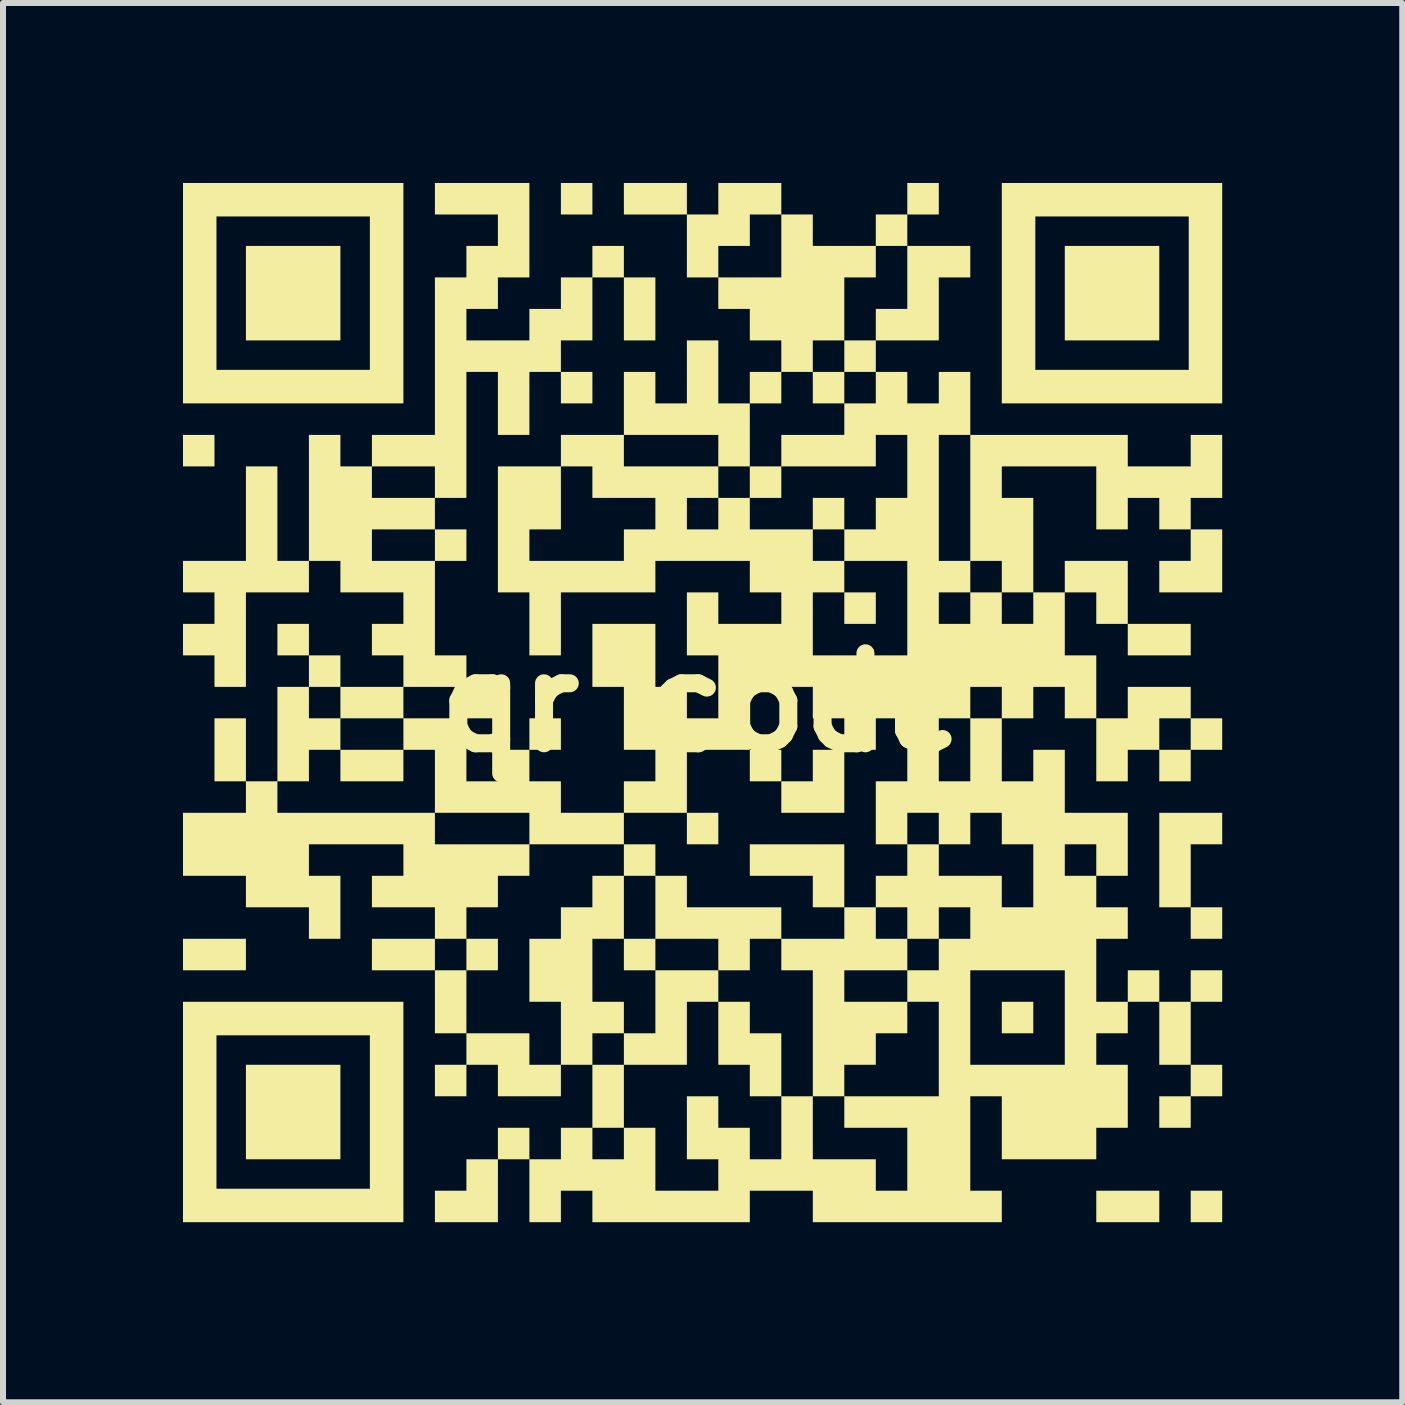
<source format=kicad_pcb>
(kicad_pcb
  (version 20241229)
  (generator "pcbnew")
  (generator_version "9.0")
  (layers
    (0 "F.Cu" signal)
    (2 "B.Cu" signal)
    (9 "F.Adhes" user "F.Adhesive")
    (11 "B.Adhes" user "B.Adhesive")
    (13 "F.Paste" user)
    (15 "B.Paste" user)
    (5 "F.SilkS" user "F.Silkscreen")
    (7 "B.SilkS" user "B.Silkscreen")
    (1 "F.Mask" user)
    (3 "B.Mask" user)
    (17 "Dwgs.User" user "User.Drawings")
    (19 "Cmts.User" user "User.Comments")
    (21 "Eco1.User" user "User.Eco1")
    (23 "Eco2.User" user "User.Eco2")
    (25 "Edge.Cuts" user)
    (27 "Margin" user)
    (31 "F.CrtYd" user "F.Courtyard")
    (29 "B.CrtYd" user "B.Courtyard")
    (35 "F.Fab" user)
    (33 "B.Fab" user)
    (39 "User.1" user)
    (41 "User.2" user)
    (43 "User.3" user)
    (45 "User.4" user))
  (footprint "qr code"
    (layer "F.Cu")
    (at 8.661 8.661)
    (property "Reference" "qr code" (at 0 0 0) (layer "F.SilkS") (effects (font (size 1.5 1.5) (thickness 0.3))))
    (attr board_only exclude_from_pos_files exclude_from_bom)
    (fp_poly (pts (xy -8.136 -4.199) (xy -8.136 -3.937) (xy -8.399 -3.937) (xy -8.661 -3.937) (xy -8.661 -4.199) (xy -8.661 -4.462) (xy -8.399 -4.462) (xy -8.136 -4.462)) (stroke (width 0) (type solid)) (fill yes) (layer "F.SilkS"))
    (fp_poly (pts (xy -7.612 4.199) (xy -7.612 4.462) (xy -8.136 4.462) (xy -8.661 4.462) (xy -8.661 4.199) (xy -8.661 3.937) (xy -8.136 3.937) (xy -7.612 3.937)) (stroke (width 0) (type solid)) (fill yes) (layer "F.SilkS"))
    (fp_poly (pts (xy -6.562 -1.05) (xy -6.562 -0.787) (xy -6.824 -0.787) (xy -7.087 -0.787) (xy -7.087 -1.05) (xy -7.087 -1.312) (xy -6.824 -1.312) (xy -6.562 -1.312)) (stroke (width 0) (type solid)) (fill yes) (layer "F.SilkS"))
    (fp_poly (pts (xy -6.037 -6.824) (xy -6.037 -6.037) (xy -6.824 -6.037) (xy -7.612 -6.037) (xy -7.612 -6.824) (xy -7.612 -7.612) (xy -6.824 -7.612) (xy -6.037 -7.612)) (stroke (width 0) (type solid)) (fill yes) (layer "F.SilkS"))
    (fp_poly (pts (xy -6.037 6.824) (xy -6.037 7.612) (xy -6.824 7.612) (xy -7.612 7.612) (xy -7.612 6.824) (xy -7.612 6.037) (xy -6.824 6.037) (xy -6.037 6.037)) (stroke (width 0) (type solid)) (fill yes) (layer "F.SilkS"))
    (fp_poly (pts (xy -4.987 1.05) (xy -4.987 1.312) (xy -5.512 1.312) (xy -6.037 1.312) (xy -6.037 1.05) (xy -6.037 0.787) (xy -5.512 0.787) (xy -4.987 0.787)) (stroke (width 0) (type solid)) (fill yes) (layer "F.SilkS"))
    (fp_poly (pts (xy -3.937 4.987) (xy -3.937 5.512) (xy -4.199 5.512) (xy -4.462 5.512) (xy -4.462 4.987) (xy -4.462 4.462) (xy -4.199 4.462) (xy -3.937 4.462)) (stroke (width 0) (type solid)) (fill yes) (layer "F.SilkS"))
    (fp_poly (pts (xy -3.412 4.199) (xy -3.412 4.462) (xy -3.675 4.462) (xy -3.937 4.462) (xy -3.937 4.199) (xy -3.937 3.937) (xy -3.675 3.937) (xy -3.412 3.937)) (stroke (width 0) (type solid)) (fill yes) (layer "F.SilkS"))
    (fp_poly (pts (xy -1.837 -8.399) (xy -1.837 -8.136) (xy -2.1 -8.136) (xy -2.362 -8.136) (xy -2.362 -8.399) (xy -2.362 -8.661) (xy -2.1 -8.661) (xy -1.837 -8.661)) (stroke (width 0) (type solid)) (fill yes) (layer "F.SilkS"))
    (fp_poly (pts (xy -1.837 -5.249) (xy -1.837 -4.987) (xy -2.1 -4.987) (xy -2.362 -4.987) (xy -2.362 -5.249) (xy -2.362 -5.512) (xy -2.1 -5.512) (xy -1.837 -5.512)) (stroke (width 0) (type solid)) (fill yes) (layer "F.SilkS"))
    (fp_poly (pts (xy -0.787 -6.562) (xy -0.787 -6.037) (xy -1.05 -6.037) (xy -1.312 -6.037) (xy -1.312 -6.562) (xy -1.312 -7.087) (xy -1.05 -7.087) (xy -0.787 -7.087)) (stroke (width 0) (type solid)) (fill yes) (layer "F.SilkS"))
    (fp_poly (pts (xy -0.787 2.625) (xy -0.787 2.887) (xy -1.05 2.887) (xy -1.312 2.887) (xy -1.312 2.625) (xy -1.312 2.362) (xy -1.05 2.362) (xy -0.787 2.362)) (stroke (width 0) (type solid)) (fill yes) (layer "F.SilkS"))
    (fp_poly (pts (xy 0.262 2.1) (xy 0.262 2.362) (xy -0.000001 2.362) (xy -0.262 2.362) (xy -0.262 2.1) (xy -0.262 1.837) (xy -0.000001 1.837) (xy 0.262 1.837)) (stroke (width 0) (type solid)) (fill yes) (layer "F.SilkS"))
    (fp_poly (pts (xy 1.312 -3.675) (xy 1.312 -3.412) (xy 1.05 -3.412) (xy 0.787 -3.412) (xy 0.787 -3.675) (xy 0.787 -3.937) (xy 1.05 -3.937) (xy 1.312 -3.937)) (stroke (width 0) (type solid)) (fill yes) (layer "F.SilkS"))
    (fp_poly (pts (xy 2.362 -5.249) (xy 2.362 -4.987) (xy 2.1 -4.987) (xy 1.837 -4.987) (xy 1.837 -5.249) (xy 1.837 -5.512) (xy 2.1 -5.512) (xy 2.362 -5.512)) (stroke (width 0) (type solid)) (fill yes) (layer "F.SilkS"))
    (fp_poly (pts (xy 2.362 -3.15) (xy 2.362 -2.887) (xy 2.1 -2.887) (xy 1.837 -2.887) (xy 1.837 -3.15) (xy 1.837 -3.412) (xy 2.1 -3.412) (xy 2.362 -3.412)) (stroke (width 0) (type solid)) (fill yes) (layer "F.SilkS"))
    (fp_poly (pts (xy 2.887 -1.575) (xy 2.887 -1.312) (xy 2.625 -1.312) (xy 2.362 -1.312) (xy 2.362 -1.575) (xy 2.362 -1.837) (xy 2.625 -1.837) (xy 2.887 -1.837)) (stroke (width 0) (type solid)) (fill yes) (layer "F.SilkS"))
    (fp_poly (pts (xy 5.512 5.249) (xy 5.512 5.512) (xy 5.249 5.512) (xy 4.987 5.512) (xy 4.987 5.249) (xy 4.987 4.987) (xy 5.249 4.987) (xy 5.512 4.987)) (stroke (width 0) (type solid)) (fill yes) (layer "F.SilkS"))
    (fp_poly (pts (xy 7.612 -6.824) (xy 7.612 -6.037) (xy 6.824 -6.037) (xy 6.037 -6.037) (xy 6.037 -6.824) (xy 6.037 -7.612) (xy 6.824 -7.612) (xy 7.612 -7.612)) (stroke (width 0) (type solid)) (fill yes) (layer "F.SilkS"))
    (fp_poly (pts (xy 7.612 8.399) (xy 7.612 8.661) (xy 7.087 8.661) (xy 6.562 8.661) (xy 6.562 8.399) (xy 6.562 8.136) (xy 7.087 8.136) (xy 7.612 8.136)) (stroke (width 0) (type solid)) (fill yes) (layer "F.SilkS"))
    (fp_poly (pts (xy 8.136 -1.05) (xy 8.136 -0.787) (xy 7.612 -0.787) (xy 7.087 -0.787) (xy 7.087 -1.05) (xy 7.087 -1.312) (xy 7.612 -1.312) (xy 8.136 -1.312)) (stroke (width 0) (type solid)) (fill yes) (layer "F.SilkS"))
    (fp_poly (pts (xy 8.661 3.675) (xy 8.661 3.937) (xy 8.399 3.937) (xy 8.136 3.937) (xy 8.136 3.675) (xy 8.136 3.412) (xy 8.399 3.412) (xy 8.661 3.412)) (stroke (width 0) (type solid)) (fill yes) (layer "F.SilkS"))
    (fp_poly (pts (xy 8.661 8.399) (xy 8.661 8.661) (xy 8.399 8.661) (xy 8.136 8.661) (xy 8.136 8.399) (xy 8.136 8.136) (xy 8.399 8.136) (xy 8.661 8.136)) (stroke (width 0) (type solid)) (fill yes) (layer "F.SilkS"))
    (fp_poly (pts (xy 2.362 2.887) (xy 2.362 3.412) (xy 2.1 3.412) (xy 1.837 3.412) (xy 1.837 3.15) (xy 1.837 2.887) (xy 1.312 2.887) (xy 0.787 2.887) (xy 0.787 2.625) (xy 0.787 2.362) (xy 1.575 2.362) (xy 2.362 2.362)) (stroke (width 0) (type solid)) (fill yes) (layer "F.SilkS"))
    (fp_poly (pts (xy 8.661 -2.362) (xy 8.661 -1.837) (xy 8.136 -1.837) (xy 7.612 -1.837) (xy 7.612 -2.1) (xy 7.612 -2.362) (xy 7.874 -2.362) (xy 8.136 -2.362) (xy 8.136 -2.625) (xy 8.136 -2.887) (xy 8.399 -2.887) (xy 8.661 -2.887)) (stroke (width 0) (type solid)) (fill yes) (layer "F.SilkS"))
    (fp_poly (pts (xy 8.661 2.1) (xy 8.661 2.362) (xy 8.399 2.362) (xy 8.136 2.362) (xy 8.136 2.887) (xy 8.136 3.412) (xy 7.874 3.412) (xy 7.612 3.412) (xy 7.612 2.625) (xy 7.612 1.837) (xy 8.136 1.837) (xy 8.661 1.837)) (stroke (width 0) (type solid)) (fill yes) (layer "F.SilkS"))
    (fp_poly (pts (xy 0.787 5.249) (xy 0.787 5.512) (xy 1.05 5.512) (xy 1.312 5.512) (xy 1.312 6.037) (xy 1.312 6.562) (xy 1.05 6.562) (xy 0.787 6.562) (xy 0.787 6.299) (xy 0.787 6.037) (xy 0.525 6.037) (xy 0.262 6.037) (xy 0.262 5.512) (xy 0.262 4.987) (xy 0.525 4.987) (xy 0.787 4.987)) (stroke (width 0) (type solid)) (fill yes) (layer "F.SilkS"))
    (fp_poly (pts (xy 8.661 6.299) (xy 8.661 6.562) (xy 8.399 6.562) (xy 8.136 6.562) (xy 8.136 6.824) (xy 8.136 7.087) (xy 7.874 7.087) (xy 7.612 7.087) (xy 7.612 6.824) (xy 7.612 6.562) (xy 7.874 6.562) (xy 8.136 6.562) (xy 8.136 6.299) (xy 8.136 6.037) (xy 8.399 6.037) (xy 8.661 6.037)) (stroke (width 0) (type solid)) (fill yes) (layer "F.SilkS"))
    (fp_poly (pts (xy -4.987 -6.824) (xy -4.987 -4.987) (xy -6.824 -4.987) (xy -8.661 -4.987) (xy -8.661 -6.824) (xy -8.103 -6.824) (xy -8.103 -5.546) (xy -6.824 -5.546) (xy -5.546 -5.546) (xy -5.546 -6.824) (xy -5.546 -8.103) (xy -6.824 -8.103) (xy -8.103 -8.103) (xy -8.103 -6.824) (xy -8.661 -6.824) (xy -8.661 -8.661) (xy -6.824 -8.661) (xy -4.987 -8.661)) (stroke (width 0) (type solid)) (fill yes) (layer "F.SilkS"))
    (fp_poly (pts (xy -4.987 6.824) (xy -4.987 8.661) (xy -6.824 8.661) (xy -8.661 8.661) (xy -8.661 6.824) (xy -8.103 6.824) (xy -8.103 8.103) (xy -6.824 8.103) (xy -5.546 8.103) (xy -5.546 6.824) (xy -5.546 5.546) (xy -6.824 5.546) (xy -8.103 5.546) (xy -8.103 6.824) (xy -8.661 6.824) (xy -8.661 4.987) (xy -6.824 4.987) (xy -4.987 4.987)) (stroke (width 0) (type solid)) (fill yes) (layer "F.SilkS"))
    (fp_poly (pts (xy 8.661 -6.824) (xy 8.661 -4.987) (xy 6.824 -4.987) (xy 4.987 -4.987) (xy 4.987 -6.824) (xy 5.546 -6.824) (xy 5.546 -5.546) (xy 6.824 -5.546) (xy 8.103 -5.546) (xy 8.103 -6.824) (xy 8.103 -8.103) (xy 6.824 -8.103) (xy 5.546 -8.103) (xy 5.546 -6.824) (xy 4.987 -6.824) (xy 4.987 -8.661) (xy 6.824 -8.661) (xy 8.661 -8.661)) (stroke (width 0) (type solid)) (fill yes) (layer "F.SilkS"))
    (fp_poly (pts (xy 1.312 1.05) (xy 1.312 1.312) (xy 1.575 1.312) (xy 1.837 1.312) (xy 1.837 1.05) (xy 1.837 0.787) (xy 2.1 0.787) (xy 2.362 0.787) (xy 2.362 1.312) (xy 2.362 1.837) (xy 1.837 1.837) (xy 1.312 1.837) (xy 1.312 1.575) (xy 1.312 1.312) (xy 1.05 1.312) (xy 0.787 1.312) (xy 0.787 1.05) (xy 0.787 0.787) (xy 1.05 0.787) (xy 1.312 0.787)) (stroke (width 0) (type solid)) (fill yes) (layer "F.SilkS"))
    (fp_poly (pts (xy 4.462 -7.349) (xy 4.462 -7.087) (xy 4.199 -7.087) (xy 3.937 -7.087) (xy 3.937 -6.562) (xy 3.937 -6.037) (xy 3.412 -6.037) (xy 2.887 -6.037) (xy 2.887 -5.774) (xy 2.887 -5.512) (xy 2.625 -5.512) (xy 2.362 -5.512) (xy 2.362 -5.774) (xy 2.362 -6.037) (xy 2.625 -6.037) (xy 2.887 -6.037) (xy 2.887 -6.299) (xy 2.887 -6.562) (xy 3.15 -6.562) (xy 3.412 -6.562) (xy 3.412 -7.087) (xy 3.412 -7.612) (xy 3.937 -7.612) (xy 4.462 -7.612)) (stroke (width 0) (type solid)) (fill yes) (layer "F.SilkS"))
    (fp_poly (pts (xy -1.312 3.412) (xy -1.312 3.937) (xy -1.575 3.937) (xy -1.837 3.937) (xy -1.837 4.462) (xy -1.837 4.987) (xy -1.575 4.987) (xy -1.312 4.987) (xy -1.312 5.249) (xy -1.312 5.512) (xy -1.575 5.512) (xy -1.837 5.512) (xy -1.837 5.774) (xy -1.837 6.037) (xy -2.1 6.037) (xy -2.362 6.037) (xy -2.362 6.299) (xy -2.362 6.562) (xy -2.887 6.562) (xy -3.412 6.562) (xy -3.412 6.299) (xy -3.412 6.037) (xy -3.675 6.037) (xy -3.937 6.037) (xy -3.937 6.299) (xy -3.937 6.562) (xy -4.199 6.562) (xy -4.462 6.562) (xy -4.462 6.299) (xy -4.462 6.037) (xy -4.199 6.037) (xy -3.937 6.037) (xy -3.937 5.774) (xy -3.937 5.512) (xy -3.412 5.512) (xy -2.887 5.512) (xy -2.887 5.774) (xy -2.887 6.037) (xy -2.625 6.037) (xy -2.362 6.037) (xy -2.362 5.512) (xy -2.362 4.987) (xy -2.625 4.987) (xy -2.887 4.987) (xy -2.887 4.462) (xy -2.887 3.937) (xy -2.625 3.937) (xy -2.362 3.937) (xy -2.362 3.675) (xy -2.362 3.412) (xy -2.1 3.412) (xy -1.837 3.412) (xy -1.837 3.15) (xy -1.837 2.887) (xy -1.575 2.887) (xy -1.312 2.887)) (stroke (width 0) (type solid)) (fill yes) (layer "F.SilkS"))
    (fp_poly (pts (xy -0.262 3.15) (xy -0.262 3.412) (xy 0.525 3.412) (xy 1.312 3.412) (xy 1.312 3.675) (xy 1.312 3.937) (xy 1.837 3.937) (xy 2.362 3.937) (xy 2.362 3.675) (xy 2.362 3.412) (xy 2.625 3.412) (xy 2.887 3.412) (xy 2.887 3.675) (xy 2.887 3.937) (xy 3.15 3.937) (xy 3.412 3.937) (xy 3.412 4.199) (xy 3.412 4.462) (xy 2.887 4.462) (xy 2.362 4.462) (xy 2.362 4.724) (xy 2.362 4.987) (xy 2.887 4.987) (xy 3.412 4.987) (xy 3.412 5.249) (xy 3.412 5.512) (xy 3.15 5.512) (xy 2.887 5.512) (xy 2.887 5.774) (xy 2.887 6.037) (xy 2.625 6.037) (xy 2.362 6.037) (xy 2.362 6.299) (xy 2.362 6.562) (xy 2.1 6.562) (xy 1.837 6.562) (xy 1.837 5.512) (xy 1.837 4.462) (xy 1.575 4.462) (xy 1.312 4.462) (xy 1.312 4.199) (xy 1.312 3.937) (xy 1.05 3.937) (xy 0.787 3.937) (xy 0.787 4.199) (xy 0.787 4.462) (xy 0.525 4.462) (xy 0.262 4.462) (xy 0.262 4.724) (xy 0.262 4.987) (xy -0.000001 4.987) (xy -0.262 4.987) (xy -0.262 5.512) (xy -0.262 6.037) (xy -0.787 6.037) (xy -1.312 6.037) (xy -1.312 5.774) (xy -1.312 5.512) (xy -1.05 5.512) (xy -0.787 5.512) (xy -0.787 4.987) (xy -0.787 4.462) (xy -1.05 4.462) (xy -1.312 4.462) (xy -1.312 4.199) (xy -0.787 4.199) (xy -0.787 4.462) (xy -0.262 4.462) (xy 0.262 4.462) (xy 0.262 4.199) (xy 0.262 3.937) (xy -0.262 3.937) (xy -0.787 3.937) (xy -0.787 4.199) (xy -1.312 4.199) (xy -1.312 3.937) (xy -1.05 3.937) (xy -0.787 3.937) (xy -0.787 3.412) (xy -0.787 2.887) (xy -0.525 2.887) (xy -0.262 2.887)) (stroke (width 0) (type solid)) (fill yes) (layer "F.SilkS"))
    (fp_poly (pts (xy -2.887 -7.874) (xy -2.887 -7.087) (xy -3.15 -7.087) (xy -3.412 -7.087) (xy -3.412 -6.824) (xy -3.412 -6.562) (xy -3.675 -6.562) (xy -3.937 -6.562) (xy -3.937 -6.299) (xy -3.937 -6.037) (xy -3.412 -6.037) (xy -2.887 -6.037) (xy -2.887 -6.299) (xy -2.887 -6.562) (xy -2.625 -6.562) (xy -2.362 -6.562) (xy -2.362 -6.824) (xy -2.362 -7.087) (xy -2.1 -7.087) (xy -1.837 -7.087) (xy -1.837 -7.349) (xy -1.837 -7.612) (xy -1.575 -7.612) (xy -1.312 -7.612) (xy -1.312 -7.349) (xy -1.312 -7.087) (xy -1.575 -7.087) (xy -1.837 -7.087) (xy -1.837 -6.562) (xy -1.837 -6.037) (xy -2.1 -6.037) (xy -2.362 -6.037) (xy -2.362 -5.774) (xy -2.362 -5.512) (xy -2.625 -5.512) (xy -2.887 -5.512) (xy -2.887 -4.987) (xy -2.887 -4.462) (xy -3.15 -4.462) (xy -3.412 -4.462) (xy -3.412 -4.987) (xy -3.412 -5.512) (xy -3.675 -5.512) (xy -3.937 -5.512) (xy -3.937 -4.462) (xy -3.937 -3.412) (xy -4.199 -3.412) (xy -4.462 -3.412) (xy -4.462 -3.15) (xy -4.462 -2.887) (xy -4.987 -2.887) (xy -5.512 -2.887) (xy -5.512 -2.625) (xy -5.512 -2.362) (xy -4.987 -2.362) (xy -4.462 -2.362) (xy -4.462 -2.625) (xy -4.462 -2.887) (xy -4.199 -2.887) (xy -3.937 -2.887) (xy -3.937 -2.625) (xy -3.937 -2.362) (xy -4.199 -2.362) (xy -4.462 -2.362) (xy -4.462 -1.575) (xy -4.462 -0.787) (xy -4.199 -0.787) (xy -3.937 -0.787) (xy -3.937 -0.525) (xy -3.937 -0.262) (xy -4.462 -0.262) (xy -4.987 -0.262) (xy -4.987 -0.000001) (xy -4.987 0.262) (xy -5.512 0.262) (xy -6.037 0.262) (xy -6.037 -0.000001) (xy -6.037 -0.262) (xy -6.299 -0.262) (xy -6.562 -0.262) (xy -6.562 -0.000001) (xy -6.562 0.262) (xy -6.299 0.262) (xy -6.037 0.262) (xy -6.037 0.525) (xy -6.037 0.787) (xy -6.299 0.787) (xy -6.562 0.787) (xy -6.562 1.05) (xy -6.562 1.312) (xy -6.824 1.312) (xy -7.087 1.312) (xy -7.087 1.575) (xy -7.087 1.837) (xy -5.774 1.837) (xy -4.462 1.837) (xy -4.462 1.312) (xy -4.462 0.787) (xy -4.724 0.787) (xy -4.987 0.787) (xy -4.987 0.525) (xy -4.987 0.262) (xy -4.462 0.262) (xy -3.937 0.262) (xy -3.937 -0.000001) (xy -3.937 -0.262) (xy -3.675 -0.262) (xy -3.412 -0.262) (xy -3.412 -0.000001) (xy -3.412 0.262) (xy -3.675 0.262) (xy -3.937 0.262) (xy -3.937 0.787) (xy -3.937 1.312) (xy -3.675 1.312) (xy -3.412 1.312) (xy -3.412 1.05) (xy -3.412 0.787) (xy -3.15 0.787) (xy -2.887 0.787) (xy -2.887 0.525) (xy -2.887 0.262) (xy -2.625 0.262) (xy -2.362 0.262) (xy -2.362 0.525) (xy -2.362 0.787) (xy -2.625 0.787) (xy -2.887 0.787) (xy -2.887 1.05) (xy -2.887 1.312) (xy -2.625 1.312) (xy -2.362 1.312) (xy -2.362 1.575) (xy -2.362 1.837) (xy -1.837 1.837) (xy -1.312 1.837) (xy -1.312 1.575) (xy -1.312 1.312) (xy -1.05 1.312) (xy -0.787 1.312) (xy -0.787 1.05) (xy -0.787 0.787) (xy -1.05 0.787) (xy -1.312 0.787) (xy -1.312 0.262) (xy -1.312 -0.262) (xy -1.575 -0.262) (xy -1.837 -0.262) (xy -1.837 -0.787) (xy -1.837 -1.312) (xy -1.312 -1.312) (xy -0.787 -1.312) (xy -0.787 -0.787) (xy -0.787 -0.262) (xy -0.525 -0.262) (xy -0.262 -0.262) (xy -0.262 -0.000001) (xy -0.262 0.262) (xy -0.000001 0.262) (xy 0.262 0.262) (xy 0.262 -0.262) (xy 0.262 -0.787) (xy -0.000001 -0.787) (xy -0.262 -0.787) (xy -0.262 -1.312) (xy -0.262 -1.837) (xy -0.000001 -1.837) (xy 0.262 -1.837) (xy 0.262 -1.575) (xy 0.262 -1.312) (xy 0.787 -1.312) (xy 1.312 -1.312) (xy 1.312 -1.575) (xy 1.312 -1.837) (xy 1.837 -1.837) (xy 1.837 -1.312) (xy 1.837 -0.787) (xy 2.625 -0.787) (xy 3.412 -0.787) (xy 3.412 -1.575) (xy 3.412 -1.837) (xy 3.937 -1.837) (xy 3.937 -1.575) (xy 3.937 -1.312) (xy 4.199 -1.312) (xy 4.462 -1.312) (xy 4.462 -1.575) (xy 4.987 -1.575) (xy 4.987 -1.312) (xy 5.249 -1.312) (xy 5.512 -1.312) (xy 5.512 -1.575) (xy 5.512 -1.837) (xy 5.249 -1.837) (xy 4.987 -1.837) (xy 4.987 -1.575) (xy 4.462 -1.575) (xy 4.462 -1.837) (xy 4.724 -1.837) (xy 4.987 -1.837) (xy 4.987 -2.1) (xy 4.987 -2.362) (xy 4.724 -2.362) (xy 4.462 -2.362) (xy 4.462 -2.1) (xy 4.462 -1.837) (xy 4.199 -1.837) (xy 3.937 -1.837) (xy 3.412 -1.837) (xy 3.412 -2.362) (xy 2.887 -2.362) (xy 2.362 -2.362) (xy 2.362 -2.1) (xy 2.362 -1.837) (xy 2.1 -1.837) (xy 1.837 -1.837) (xy 1.312 -1.837) (xy 1.05 -1.837) (xy 0.787 -1.837) (xy 0.787 -2.1) (xy 0.787 -2.362) (xy -0.000001 -2.362) (xy -0.787 -2.362) (xy -0.787 -2.1) (xy -0.787 -1.837) (xy -1.575 -1.837) (xy -2.362 -1.837) (xy -2.362 -1.312) (xy -2.362 -0.787) (xy -2.625 -0.787) (xy -2.887 -0.787) (xy -2.887 -1.312) (xy -2.887 -1.837) (xy -3.15 -1.837) (xy -3.412 -1.837) (xy -3.412 -2.887) (xy -2.887 -2.887) (xy -2.887 -2.625) (xy -2.887 -2.362) (xy -2.1 -2.362) (xy -1.312 -2.362) (xy -1.312 -2.625) (xy -1.312 -2.887) (xy -1.05 -2.887) (xy -0.787 -2.887) (xy -0.787 -3.15) (xy -0.787 -3.412) (xy -1.312 -3.412) (xy -1.837 -3.412) (xy -1.837 -3.675) (xy -1.837 -3.937) (xy -2.1 -3.937) (xy -2.362 -3.937) (xy -2.362 -3.412) (xy -2.362 -2.887) (xy -2.625 -2.887) (xy -2.887 -2.887) (xy -3.412 -2.887) (xy -3.412 -3.937) (xy -2.887 -3.937) (xy -2.362 -3.937) (xy -2.362 -4.199) (xy -2.362 -4.462) (xy -1.837 -4.462) (xy -1.312 -4.462) (xy -1.312 -4.987) (xy -1.312 -5.512) (xy -1.05 -5.512) (xy -0.787 -5.512) (xy -0.787 -5.249) (xy -0.787 -4.987) (xy -0.525 -4.987) (xy -0.262 -4.987) (xy -0.262 -5.512) (xy -0.262 -6.037) (xy -0.000001 -6.037) (xy 0.262 -6.037) (xy 0.262 -5.512) (xy 0.262 -4.987) (xy 0.525 -4.987) (xy 0.787 -4.987) (xy 0.787 -5.249) (xy 0.787 -5.512) (xy 1.05 -5.512) (xy 1.312 -5.512) (xy 1.312 -5.774) (xy 1.312 -6.037) (xy 1.05 -6.037) (xy 0.787 -6.037) (xy 0.787 -6.299) (xy 0.787 -6.562) (xy 0.525 -6.562) (xy 0.262 -6.562) (xy 0.262 -6.824) (xy 0.262 -7.087) (xy -0.000001 -7.087) (xy -0.262 -7.087) (xy -0.262 -7.612) (xy -0.262 -8.136) (xy -0.787 -8.136) (xy -1.312 -8.136) (xy -1.312 -8.399) (xy -1.312 -8.661) (xy -0.787 -8.661) (xy -0.262 -8.661) (xy -0.262 -8.399) (xy -0.262 -8.136) (xy -0.000001 -8.136) (xy 0.262 -8.136) (xy 0.262 -8.399) (xy 0.262 -8.661) (xy 0.787 -8.661) (xy 1.312 -8.661) (xy 1.312 -8.399) (xy 1.312 -8.136) (xy 1.05 -8.136) (xy 0.787 -8.136) (xy 0.787 -7.874) (xy 0.787 -7.612) (xy 0.525 -7.612) (xy 0.262 -7.612) (xy 0.262 -7.349) (xy 0.262 -7.087) (xy 0.787 -7.087) (xy 1.312 -7.087) (xy 1.312 -7.612) (xy 1.312 -8.136) (xy 1.575 -8.136) (xy 1.837 -8.136) (xy 1.837 -7.874) (xy 1.837 -7.612) (xy 2.362 -7.612) (xy 2.887 -7.612) (xy 2.887 -7.874) (xy 2.887 -8.136) (xy 3.15 -8.136) (xy 3.412 -8.136) (xy 3.412 -8.399) (xy 3.412 -8.661) (xy 3.675 -8.661) (xy 3.937 -8.661) (xy 3.937 -8.399) (xy 3.937 -8.136) (xy 3.675 -8.136) (xy 3.412 -8.136) (xy 3.412 -7.874) (xy 3.412 -7.612) (xy 3.15 -7.612) (xy 2.887 -7.612) (xy 2.887 -7.349) (xy 2.887 -7.087) (xy 2.625 -7.087) (xy 2.362 -7.087) (xy 2.362 -6.562) (xy 2.362 -6.037) (xy 2.1 -6.037) (xy 1.837 -6.037) (xy 1.837 -5.774) (xy 1.837 -5.512) (xy 1.575 -5.512) (xy 1.312 -5.512) (xy 1.312 -5.249) (xy 1.312 -4.987) (xy 1.05 -4.987) (xy 0.787 -4.987) (xy 0.787 -4.462) (xy 0.787 -3.937) (xy 0.525 -3.937) (xy 0.262 -3.937) (xy 0.262 -4.199) (xy 0.262 -4.462) (xy -0.525 -4.462) (xy -1.312 -4.462) (xy -1.312 -4.199) (xy -1.312 -3.937) (xy -0.525 -3.937) (xy 0.262 -3.937) (xy 0.262 -3.675) (xy 0.262 -3.412) (xy -0.000001 -3.412) (xy -0.262 -3.412) (xy -0.262 -3.15) (xy -0.262 -2.887) (xy -0.000001 -2.887) (xy 0.262 -2.887) (xy 0.262 -3.15) (xy 0.262 -3.412) (xy 0.525 -3.412) (xy 0.787 -3.412) (xy 0.787 -3.15) (xy 0.787 -2.887) (xy 1.312 -2.887) (xy 1.837 -2.887) (xy 1.837 -2.625) (xy 1.837 -2.362) (xy 2.1 -2.362) (xy 2.362 -2.362) (xy 2.362 -2.625) (xy 2.362 -2.887) (xy 2.625 -2.887) (xy 2.887 -2.887) (xy 2.887 -3.15) (xy 2.887 -3.412) (xy 3.15 -3.412) (xy 3.412 -3.412) (xy 3.412 -3.937) (xy 3.412 -4.462) (xy 3.15 -4.462) (xy 2.887 -4.462) (xy 2.887 -4.199) (xy 2.887 -3.937) (xy 2.1 -3.937) (xy 1.312 -3.937) (xy 1.312 -4.199) (xy 1.312 -4.462) (xy 1.837 -4.462) (xy 2.362 -4.462) (xy 2.362 -4.724) (xy 2.362 -4.987) (xy 2.625 -4.987) (xy 2.887 -4.987) (xy 2.887 -5.249) (xy 2.887 -5.512) (xy 3.15 -5.512) (xy 3.412 -5.512) (xy 3.412 -5.249) (xy 3.412 -4.987) (xy 3.675 -4.987) (xy 3.937 -4.987) (xy 3.937 -5.249) (xy 3.937 -5.512) (xy 4.199 -5.512) (xy 4.462 -5.512) (xy 4.462 -4.987) (xy 4.462 -4.462) (xy 4.199 -4.462) (xy 3.937 -4.462) (xy 3.937 -3.412) (xy 3.937 -2.362) (xy 4.199 -2.362) (xy 4.462 -2.362) (xy 4.462 -3.412) (xy 4.462 -4.462) (xy 5.774 -4.462) (xy 7.087 -4.462) (xy 7.087 -4.199) (xy 7.087 -3.937) (xy 7.612 -3.937) (xy 8.136 -3.937) (xy 8.136 -4.199) (xy 8.136 -4.462) (xy 8.399 -4.462) (xy 8.661 -4.462) (xy 8.661 -3.937) (xy 8.661 -3.412) (xy 8.399 -3.412) (xy 8.136 -3.412) (xy 8.136 -3.15) (xy 8.136 -2.887) (xy 7.874 -2.887) (xy 7.612 -2.887) (xy 7.612 -3.15) (xy 7.612 -3.412) (xy 7.349 -3.412) (xy 7.087 -3.412) (xy 7.087 -3.15) (xy 7.087 -2.887) (xy 6.824 -2.887) (xy 6.562 -2.887) (xy 6.562 -3.412) (xy 6.562 -3.937) (xy 5.774 -3.937) (xy 4.987 -3.937) (xy 4.987 -3.675) (xy 4.987 -3.412) (xy 5.249 -3.412) (xy 5.512 -3.412) (xy 5.512 -2.625) (xy 5.512 -1.837) (xy 5.774 -1.837) (xy 6.037 -1.837) (xy 6.037 -2.1) (xy 6.037 -2.362) (xy 6.562 -2.362) (xy 7.087 -2.362) (xy 7.087 -1.837) (xy 7.087 -1.312) (xy 6.824 -1.312) (xy 6.562 -1.312) (xy 6.562 -1.575) (xy 6.562 -1.837) (xy 6.299 -1.837) (xy 6.037 -1.837) (xy 6.037 -1.312) (xy 6.037 -0.787) (xy 6.299 -0.787) (xy 6.562 -0.787) (xy 6.562 -0.262) (xy 6.562 0.262) (xy 6.824 0.262) (xy 7.087 0.262) (xy 7.087 -0.000001) (xy 7.087 -0.262) (xy 7.612 -0.262) (xy 8.136 -0.262) (xy 8.136 -0.000001) (xy 8.136 0.262) (xy 7.874 0.262) (xy 7.612 0.262) (xy 7.612 0.525) (xy 7.612 0.787) (xy 7.874 0.787) (xy 8.136 0.787) (xy 8.136 0.525) (xy 8.136 0.262) (xy 8.399 0.262) (xy 8.661 0.262) (xy 8.661 0.525) (xy 8.661 0.787) (xy 8.399 0.787) (xy 8.136 0.787) (xy 8.136 1.05) (xy 8.136 1.312) (xy 7.874 1.312) (xy 7.612 1.312) (xy 7.612 1.05) (xy 7.612 0.787) (xy 7.349 0.787) (xy 7.087 0.787) (xy 7.087 1.05) (xy 7.087 1.312) (xy 6.824 1.312) (xy 6.562 1.312) (xy 6.562 0.787) (xy 6.562 0.262) (xy 6.299 0.262) (xy 6.037 0.262) (xy 6.037 -0.000001) (xy 6.037 -0.262) (xy 5.774 -0.262) (xy 5.512 -0.262) (xy 5.512 -0.000001) (xy 5.512 0.262) (xy 5.249 0.262) (xy 4.987 0.262) (xy 4.987 0.787) (xy 4.987 1.312) (xy 5.249 1.312) (xy 5.512 1.312) (xy 5.512 1.05) (xy 5.512 0.787) (xy 5.774 0.787) (xy 6.037 0.787) (xy 6.037 1.312) (xy 6.037 1.837) (xy 6.562 1.837) (xy 7.087 1.837) (xy 7.087 2.362) (xy 7.087 2.887) (xy 6.824 2.887) (xy 6.562 2.887) (xy 6.562 3.15) (xy 6.562 3.412) (xy 6.824 3.412) (xy 7.087 3.412) (xy 7.087 3.675) (xy 7.087 3.937) (xy 6.824 3.937) (xy 6.562 3.937) (xy 6.562 4.462) (xy 6.562 4.987) (xy 6.824 4.987) (xy 7.087 4.987) (xy 7.087 4.724) (xy 7.087 4.462) (xy 7.349 4.462) (xy 7.612 4.462) (xy 7.612 4.724) (xy 7.612 4.987) (xy 7.874 4.987) (xy 8.136 4.987) (xy 8.136 4.724) (xy 8.136 4.462) (xy 8.399 4.462) (xy 8.661 4.462) (xy 8.661 4.724) (xy 8.661 4.987) (xy 8.399 4.987) (xy 8.136 4.987) (xy 8.136 5.512) (xy 8.136 6.037) (xy 7.874 6.037) (xy 7.612 6.037) (xy 7.612 5.512) (xy 7.612 4.987) (xy 7.349 4.987) (xy 7.087 4.987) (xy 7.087 5.249) (xy 7.087 5.512) (xy 6.824 5.512) (xy 6.562 5.512) (xy 6.562 5.774) (xy 6.562 6.037) (xy 6.824 6.037) (xy 7.087 6.037) (xy 7.087 6.562) (xy 7.087 7.087) (xy 6.824 7.087) (xy 6.562 7.087) (xy 6.562 7.349) (xy 6.562 7.612) (xy 5.774 7.612) (xy 4.987 7.612) (xy 4.987 7.087) (xy 4.987 6.562) (xy 4.724 6.562) (xy 4.462 6.562) (xy 4.462 7.349) (xy 4.462 8.136) (xy 4.724 8.136) (xy 4.987 8.136) (xy 4.987 8.399) (xy 4.987 8.661) (xy 3.412 8.661) (xy 1.837 8.661) (xy 1.837 8.399) (xy 1.837 8.136) (xy 1.312 8.136) (xy 0.787 8.136) (xy 0.787 8.399) (xy 0.787 8.661) (xy -0.525 8.661) (xy -1.837 8.661) (xy -1.837 8.399) (xy -1.837 8.136) (xy -2.1 8.136) (xy -2.362 8.136) (xy -2.362 8.399) (xy -2.362 8.661) (xy -2.625 8.661) (xy -2.887 8.661) (xy -2.887 8.136) (xy -2.887 7.612) (xy -3.15 7.612) (xy -3.412 7.612) (xy -3.412 8.136) (xy -3.412 8.661) (xy -3.937 8.661) (xy -4.462 8.661) (xy -4.462 8.399) (xy -4.462 8.136) (xy -4.199 8.136) (xy -3.937 8.136) (xy -3.937 7.874) (xy -3.937 7.612) (xy -3.675 7.612) (xy -3.412 7.612) (xy -3.412 7.349) (xy -3.412 7.087) (xy -3.15 7.087) (xy -2.887 7.087) (xy -2.887 7.349) (xy -2.887 7.612) (xy -2.625 7.612) (xy -2.362 7.612) (xy -2.362 7.349) (xy -2.362 7.087) (xy -2.1 7.087) (xy -1.837 7.087) (xy -1.837 6.562) (xy -1.837 6.037) (xy -1.575 6.037) (xy -1.312 6.037) (xy -1.312 6.562) (xy -1.312 7.087) (xy -1.575 7.087) (xy -1.837 7.087) (xy -1.837 7.349) (xy -1.837 7.612) (xy -1.575 7.612) (xy -1.312 7.612) (xy -1.312 7.349) (xy -1.312 7.087) (xy -1.05 7.087) (xy -0.787 7.087) (xy -0.787 7.612) (xy -0.787 8.136) (xy -0.262 8.136) (xy 0.262 8.136) (xy 0.262 7.874) (xy 0.262 7.612) (xy -0.000001 7.612) (xy -0.262 7.612) (xy -0.262 7.087) (xy -0.262 6.562) (xy -0.000001 6.562) (xy 0.262 6.562) (xy 0.262 6.824) (xy 0.262 7.087) (xy 0.525 7.087) (xy 0.787 7.087) (xy 0.787 7.349) (xy 0.787 7.612) (xy 1.05 7.612) (xy 1.312 7.612) (xy 1.312 7.087) (xy 1.312 6.562) (xy 1.575 6.562) (xy 1.837 6.562) (xy 1.837 7.087) (xy 1.837 7.612) (xy 2.362 7.612) (xy 2.887 7.612) (xy 2.887 7.874) (xy 2.887 8.136) (xy 3.15 8.136) (xy 3.412 8.136) (xy 3.412 7.612) (xy 3.412 7.087) (xy 2.887 7.087) (xy 2.362 7.087) (xy 2.362 6.824) (xy 2.362 6.562) (xy 3.15 6.562) (xy 3.937 6.562) (xy 3.937 5.774) (xy 3.937 5.249) (xy 4.462 5.249) (xy 4.462 6.037) (xy 5.249 6.037) (xy 6.037 6.037) (xy 6.037 5.249) (xy 6.037 4.462) (xy 5.249 4.462) (xy 4.462 4.462) (xy 4.462 5.249) (xy 3.937 5.249) (xy 3.937 4.987) (xy 3.675 4.987) (xy 3.412 4.987) (xy 3.412 4.724) (xy 3.412 4.462) (xy 3.675 4.462) (xy 3.937 4.462) (xy 3.937 4.199) (xy 3.937 3.937) (xy 4.199 3.937) (xy 4.462 3.937) (xy 4.462 3.675) (xy 4.462 3.412) (xy 4.199 3.412) (xy 3.937 3.412) (xy 3.937 3.675) (xy 3.937 3.937) (xy 3.675 3.937) (xy 3.412 3.937) (xy 3.412 3.675) (xy 3.412 3.412) (xy 3.15 3.412) (xy 2.887 3.412) (xy 2.887 3.15) (xy 2.887 2.887) (xy 3.15 2.887) (xy 3.412 2.887) (xy 3.412 2.625) (xy 3.412 2.362) (xy 3.675 2.362) (xy 3.937 2.362) (xy 3.937 2.625) (xy 3.937 2.887) (xy 4.462 2.887) (xy 4.987 2.887) (xy 4.987 3.15) (xy 4.987 3.412) (xy 5.249 3.412) (xy 5.512 3.412) (xy 5.512 2.887) (xy 5.512 2.625) (xy 6.037 2.625) (xy 6.037 2.887) (xy 6.299 2.887) (xy 6.562 2.887) (xy 6.562 2.625) (xy 6.562 2.362) (xy 6.299 2.362) (xy 6.037 2.362) (xy 6.037 2.625) (xy 5.512 2.625) (xy 5.512 2.362) (xy 5.249 2.362) (xy 4.987 2.362) (xy 4.987 2.1) (xy 4.987 1.837) (xy 4.724 1.837) (xy 4.462 1.837) (xy 4.462 2.1) (xy 4.462 2.362) (xy 4.199 2.362) (xy 3.937 2.362) (xy 3.937 2.1) (xy 3.937 1.837) (xy 3.675 1.837) (xy 3.412 1.837) (xy 3.412 2.1) (xy 3.412 2.362) (xy 3.15 2.362) (xy 2.887 2.362) (xy 2.887 1.837) (xy 2.887 1.312) (xy 3.15 1.312) (xy 3.412 1.312) (xy 3.412 0.787) (xy 3.412 0.262) (xy 3.937 0.262) (xy 3.937 0.787) (xy 3.937 1.312) (xy 4.199 1.312) (xy 4.462 1.312) (xy 4.462 0.787) (xy 4.462 0.262) (xy 4.724 0.262) (xy 4.987 0.262) (xy 4.987 -0.000001) (xy 4.987 -0.262) (xy 4.724 -0.262) (xy 4.462 -0.262) (xy 4.462 -0.000001) (xy 4.462 0.262) (xy 4.199 0.262) (xy 3.937 0.262) (xy 3.412 0.262) (xy 3.15 0.262) (xy 2.887 0.262) (xy 2.887 0.525) (xy 2.887 0.787) (xy 2.625 0.787) (xy 2.362 0.787) (xy 2.362 0.525) (xy 2.362 0.262) (xy 2.1 0.262) (xy 1.837 0.262) (xy 1.837 -0.000001) (xy 1.837 -0.262) (xy 1.312 -0.262) (xy 0.787 -0.262) (xy 0.787 0.262) (xy 0.787 0.787) (xy 0.262 0.787) (xy -0.262 0.787) (xy -0.262 1.312) (xy -0.262 1.837) (xy -0.787 1.837) (xy -1.312 1.837) (xy -1.312 2.1) (xy -1.312 2.362) (xy -2.1 2.362) (xy -2.887 2.362) (xy -2.887 2.1) (xy -2.887 1.837) (xy -3.675 1.837) (xy -4.462 1.837) (xy -4.462 2.1) (xy -4.462 2.362) (xy -3.675 2.362) (xy -2.887 2.362) (xy -2.887 2.625) (xy -2.887 2.887) (xy -3.15 2.887) (xy -3.412 2.887) (xy -3.412 3.15) (xy -3.412 3.412) (xy -3.675 3.412) (xy -3.937 3.412) (xy -3.937 3.675) (xy -3.937 3.937) (xy -4.199 3.937) (xy -4.462 3.937) (xy -4.462 4.199) (xy -4.462 4.462) (xy -4.987 4.462) (xy -5.512 4.462) (xy -5.512 4.199) (xy -5.512 3.937) (xy -4.987 3.937) (xy -4.462 3.937) (xy -4.462 3.675) (xy -4.462 3.412) (xy -4.987 3.412) (xy -5.512 3.412) (xy -5.512 3.15) (xy -5.512 2.887) (xy -5.249 2.887) (xy -4.987 2.887) (xy -4.987 2.625) (xy -4.987 2.362) (xy -5.774 2.362) (xy -6.562 2.362) (xy -6.562 2.625) (xy -6.562 2.887) (xy -6.299 2.887) (xy -6.037 2.887) (xy -6.037 3.412) (xy -6.037 3.937) (xy -6.299 3.937) (xy -6.562 3.937) (xy -6.562 3.675) (xy -6.562 3.412) (xy -7.087 3.412) (xy -7.612 3.412) (xy -7.612 3.15) (xy -7.612 2.887) (xy -8.136 2.887) (xy -8.661 2.887) (xy -8.661 2.362) (xy -8.661 1.837) (xy -8.136 1.837) (xy -7.612 1.837) (xy -7.612 1.575) (xy -7.612 1.312) (xy -7.874 1.312) (xy -8.136 1.312) (xy -8.136 0.787) (xy -8.136 0.262) (xy -7.874 0.262) (xy -7.612 0.262) (xy -7.612 0.787) (xy -7.612 1.312) (xy -7.349 1.312) (xy -7.087 1.312) (xy -7.087 0.525) (xy -7.087 -0.262) (xy -6.824 -0.262) (xy -6.562 -0.262) (xy -6.562 -0.525) (xy -6.562 -0.787) (xy -6.299 -0.787) (xy -6.037 -0.787) (xy -6.037 -0.525) (xy -6.037 -0.262) (xy -5.512 -0.262) (xy -4.987 -0.262) (xy -4.987 -0.525) (xy -4.987 -0.787) (xy -5.249 -0.787) (xy -5.512 -0.787) (xy -5.512 -1.05) (xy -5.512 -1.312) (xy -5.249 -1.312) (xy -4.987 -1.312) (xy -4.987 -1.575) (xy -4.987 -1.837) (xy -5.512 -1.837) (xy -6.037 -1.837) (xy -6.037 -2.1) (xy -6.037 -2.362) (xy -6.299 -2.362) (xy -6.562 -2.362) (xy -6.562 -2.1) (xy -6.562 -1.837) (xy -7.087 -1.837) (xy -7.612 -1.837) (xy -7.612 -1.05) (xy -7.612 -0.262) (xy -7.874 -0.262) (xy -8.136 -0.262) (xy -8.136 -0.525) (xy -8.136 -0.787) (xy -8.399 -0.787) (xy -8.661 -0.787) (xy -8.661 -1.05) (xy -8.661 -1.312) (xy -8.399 -1.312) (xy -8.136 -1.312) (xy -8.136 -1.575) (xy -8.136 -1.837) (xy -8.399 -1.837) (xy -8.661 -1.837) (xy -8.661 -2.1) (xy -8.661 -2.362) (xy -8.136 -2.362) (xy -7.612 -2.362) (xy -7.612 -3.15) (xy -7.612 -3.937) (xy -7.349 -3.937) (xy -7.087 -3.937) (xy -7.087 -3.15) (xy -7.087 -2.362) (xy -6.824 -2.362) (xy -6.562 -2.362) (xy -6.562 -3.412) (xy -6.562 -3.675) (xy -5.512 -3.675) (xy -5.512 -3.412) (xy -4.987 -3.412) (xy -4.462 -3.412) (xy -4.462 -3.675) (xy -4.462 -3.937) (xy -4.987 -3.937) (xy -5.512 -3.937) (xy -5.512 -3.675) (xy -6.562 -3.675) (xy -6.562 -4.462) (xy -6.299 -4.462) (xy -6.037 -4.462) (xy -6.037 -4.199) (xy -6.037 -3.937) (xy -5.774 -3.937) (xy -5.512 -3.937) (xy -5.512 -4.199) (xy -5.512 -4.462) (xy -4.987 -4.462) (xy -4.462 -4.462) (xy -4.462 -5.774) (xy -4.462 -7.087) (xy -4.199 -7.087) (xy -3.937 -7.087) (xy -3.937 -7.349) (xy -3.937 -7.612) (xy -3.675 -7.612) (xy -3.412 -7.612) (xy -3.412 -7.874) (xy -3.412 -8.136) (xy -3.937 -8.136) (xy -4.462 -8.136) (xy -4.462 -8.399) (xy -4.462 -8.661) (xy -3.675 -8.661) (xy -2.887 -8.661)) (stroke (width 0) (type solid)) (fill yes) (layer "F.SilkS")))
  (gr_rect
    (start -3 -3)
    (end 20.323 20.323)
    (stroke (width 0.1) (type default))
    (fill no)
    (layer "Edge.Cuts")))
</source>
